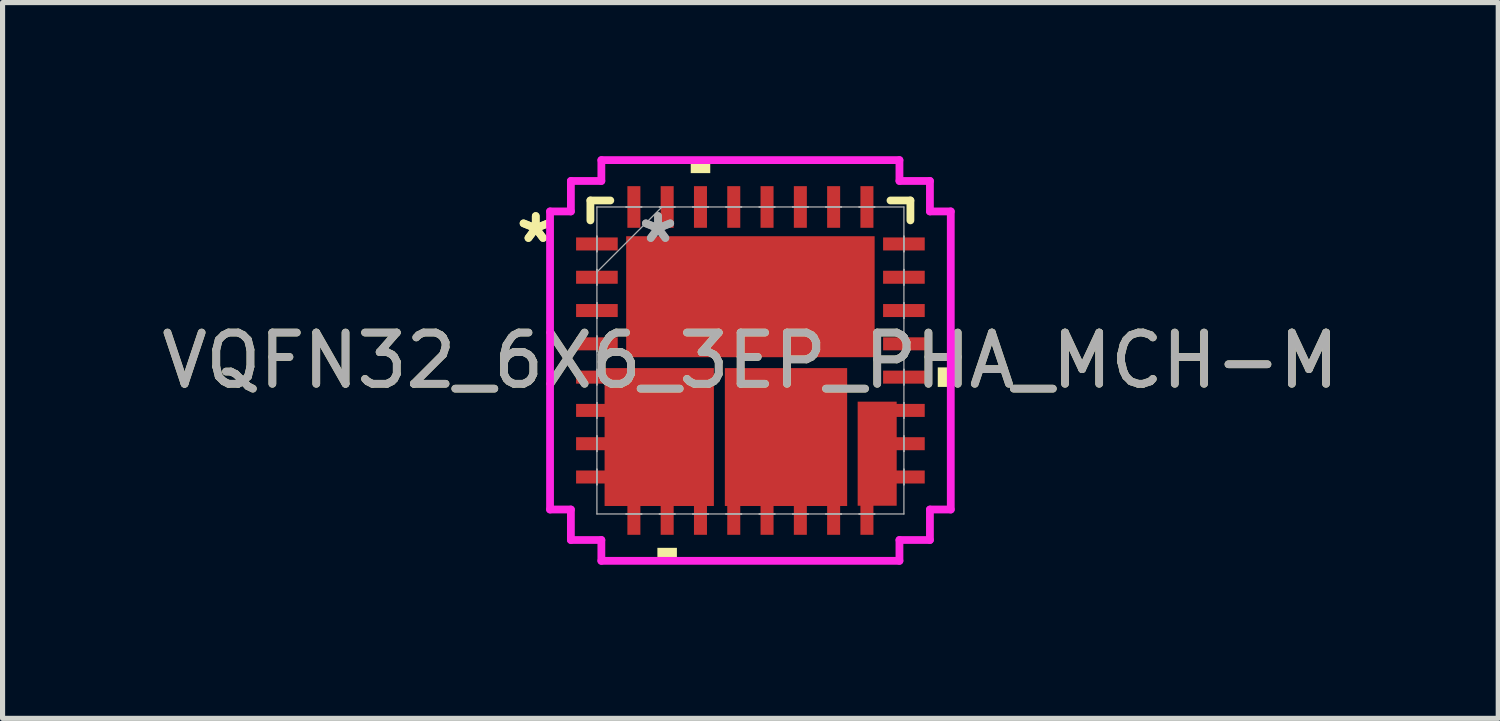
<source format=kicad_pcb>
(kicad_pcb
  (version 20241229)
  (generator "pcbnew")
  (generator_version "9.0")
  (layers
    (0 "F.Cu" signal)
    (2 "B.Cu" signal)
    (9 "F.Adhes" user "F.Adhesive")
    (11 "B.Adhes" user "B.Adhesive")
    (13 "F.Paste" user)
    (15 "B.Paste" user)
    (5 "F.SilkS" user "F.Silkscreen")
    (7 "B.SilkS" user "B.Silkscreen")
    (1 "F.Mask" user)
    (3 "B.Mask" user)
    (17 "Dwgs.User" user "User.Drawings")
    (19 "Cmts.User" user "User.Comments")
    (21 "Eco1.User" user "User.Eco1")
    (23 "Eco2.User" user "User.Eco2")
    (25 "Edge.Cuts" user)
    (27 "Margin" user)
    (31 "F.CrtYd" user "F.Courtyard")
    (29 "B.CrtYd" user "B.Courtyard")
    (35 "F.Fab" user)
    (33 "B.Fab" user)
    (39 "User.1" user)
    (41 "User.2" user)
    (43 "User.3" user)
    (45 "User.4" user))
  (footprint "VQFN32_6X6_3EP_PHA_MCH-M"
    (layer "F.Cu")
    (at 11.601 3.988)
    (property "Reference" "VQFN32_6X6_3EP_PHA_MCH-M" (at 0 0 0) (unlocked yes) (layer "F.SilkS") (effects (font (size 1 1) (thickness 0.15))))
    (attr smd)
    (fp_poly (pts (xy -2.847 0.149) (xy -0.713 0.149) (xy -0.713 2.841) (xy -2.847 2.841)) (stroke (width 0) (type solid)) (fill yes) (layer "F.Cu"))
    (fp_poly (pts (xy -0.499 0.149) (xy 1.889 0.149) (xy 1.889 2.841) (xy -0.499 2.841)) (stroke (width 0) (type solid)) (fill yes) (layer "F.Cu"))
    (fp_poly (pts (xy 2.094 0.804) (xy 2.856 0.804) (xy 2.856 2.836) (xy 2.094 2.836)) (stroke (width 0) (type solid)) (fill yes) (layer "F.Cu"))
    (fp_poly (pts (xy -2.847 0.149) (xy -0.713 0.149) (xy -0.713 2.841) (xy -2.847 2.841)) (stroke (width 0) (type solid)) (fill yes) (layer "F.Mask"))
    (fp_poly (pts (xy -0.499 0.149) (xy 1.889 0.149) (xy 1.889 2.841) (xy -0.499 2.841)) (stroke (width 0) (type solid)) (fill yes) (layer "F.Mask"))
    (fp_poly (pts (xy 2.094 0.804) (xy 2.856 0.804) (xy 2.856 2.836) (xy 2.094 2.836)) (stroke (width 0) (type solid)) (fill yes) (layer "F.Mask"))
    (fp_line (start -3.124 -3.124) (end -3.124 -2.735) (stroke (width 0.152) (type solid)) (layer "F.SilkS"))
    (fp_line (start -2.735 -3.124) (end -3.124 -3.124) (stroke (width 0.152) (type solid)) (layer "F.SilkS"))
    (fp_line (start 3.124 -3.124) (end 2.735 -3.124) (stroke (width 0.152) (type solid)) (layer "F.SilkS"))
    (fp_line (start 3.124 -2.735) (end 3.124 -3.124) (stroke (width 0.152) (type solid)) (layer "F.SilkS"))
    (fp_poly (pts (xy -1.816 3.658) (xy -1.816 3.912) (xy -1.435 3.912) (xy -1.435 3.658)) (stroke (width 0) (type solid)) (fill yes) (layer "F.SilkS"))
    (fp_poly (pts (xy -1.165 -3.658) (xy -1.165 -3.912) (xy -0.784 -3.912) (xy -0.784 -3.658)) (stroke (width 0) (type solid)) (fill yes) (layer "F.SilkS"))
    (fp_poly (pts (xy 3.912 0.135) (xy 3.912 0.516) (xy 3.658 0.516) (xy 3.658 0.135)) (stroke (width 0) (type solid)) (fill yes) (layer "F.SilkS"))
    (fp_poly (pts (xy -2.847 0.149) (xy -0.713 0.149) (xy -0.713 2.841) (xy -2.847 2.841)) (stroke (width 0) (type solid)) (fill yes) (layer "F.Paste"))
    (fp_poly (pts (xy -0.499 0.149) (xy 1.889 0.149) (xy 1.889 2.841) (xy -0.499 2.841)) (stroke (width 0) (type solid)) (fill yes) (layer "F.Paste"))
    (fp_poly (pts (xy 2.094 0.804) (xy 2.856 0.804) (xy 2.856 2.836) (xy 2.094 2.836)) (stroke (width 0) (type solid)) (fill yes) (layer "F.Paste"))
    (fp_line (start -3.912 -2.91) (end -3.505 -2.91) (stroke (width 0.152) (type solid)) (layer "F.CrtYd"))
    (fp_line (start -3.912 2.91) (end -3.912 -2.91) (stroke (width 0.152) (type solid)) (layer "F.CrtYd"))
    (fp_line (start -3.505 -3.505) (end -2.91 -3.505) (stroke (width 0.152) (type solid)) (layer "F.CrtYd"))
    (fp_line (start -3.505 -2.91) (end -3.505 -3.505) (stroke (width 0.152) (type solid)) (layer "F.CrtYd"))
    (fp_line (start -3.505 2.91) (end -3.912 2.91) (stroke (width 0.152) (type solid)) (layer "F.CrtYd"))
    (fp_line (start -3.505 3.505) (end -3.505 2.91) (stroke (width 0.152) (type solid)) (layer "F.CrtYd"))
    (fp_line (start -2.91 -3.912) (end 2.91 -3.912) (stroke (width 0.152) (type solid)) (layer "F.CrtYd"))
    (fp_line (start -2.91 -3.505) (end -2.91 -3.912) (stroke (width 0.152) (type solid)) (layer "F.CrtYd"))
    (fp_line (start -2.91 3.505) (end -3.505 3.505) (stroke (width 0.152) (type solid)) (layer "F.CrtYd"))
    (fp_line (start -2.91 3.912) (end -2.91 3.505) (stroke (width 0.152) (type solid)) (layer "F.CrtYd"))
    (fp_line (start 2.91 -3.912) (end 2.91 -3.505) (stroke (width 0.152) (type solid)) (layer "F.CrtYd"))
    (fp_line (start 2.91 -3.505) (end 3.505 -3.505) (stroke (width 0.152) (type solid)) (layer "F.CrtYd"))
    (fp_line (start 2.91 3.505) (end 2.91 3.912) (stroke (width 0.152) (type solid)) (layer "F.CrtYd"))
    (fp_line (start 2.91 3.912) (end -2.91 3.912) (stroke (width 0.152) (type solid)) (layer "F.CrtYd"))
    (fp_line (start 3.505 -3.505) (end 3.505 -2.91) (stroke (width 0.152) (type solid)) (layer "F.CrtYd"))
    (fp_line (start 3.505 -2.91) (end 3.912 -2.91) (stroke (width 0.152) (type solid)) (layer "F.CrtYd"))
    (fp_line (start 3.505 2.91) (end 3.505 3.505) (stroke (width 0.152) (type solid)) (layer "F.CrtYd"))
    (fp_line (start 3.505 3.505) (end 2.91 3.505) (stroke (width 0.152) (type solid)) (layer "F.CrtYd"))
    (fp_line (start 3.912 -2.91) (end 3.912 2.91) (stroke (width 0.152) (type solid)) (layer "F.CrtYd"))
    (fp_line (start 3.912 2.91) (end 3.505 2.91) (stroke (width 0.152) (type solid)) (layer "F.CrtYd"))
    (fp_line (start -2.997 -2.997) (end -2.997 2.997) (stroke (width 0.025) (type solid)) (layer "F.Fab"))
    (fp_line (start -2.997 -2.427) (end -2.997 -2.427) (stroke (width 0.025) (type solid)) (layer "F.Fab"))
    (fp_line (start -2.997 -2.427) (end -2.997 -2.123) (stroke (width 0.025) (type solid)) (layer "F.Fab"))
    (fp_line (start -2.997 -2.123) (end -2.997 -2.427) (stroke (width 0.025) (type solid)) (layer "F.Fab"))
    (fp_line (start -2.997 -2.123) (end -2.997 -2.123) (stroke (width 0.025) (type solid)) (layer "F.Fab"))
    (fp_line (start -2.997 -1.777) (end -2.997 -1.777) (stroke (width 0.025) (type solid)) (layer "F.Fab"))
    (fp_line (start -2.997 -1.777) (end -2.997 -1.473) (stroke (width 0.025) (type solid)) (layer "F.Fab"))
    (fp_line (start -2.997 -1.727) (end -1.727 -2.997) (stroke (width 0.025) (type solid)) (layer "F.Fab"))
    (fp_line (start -2.997 -1.473) (end -2.997 -1.777) (stroke (width 0.025) (type solid)) (layer "F.Fab"))
    (fp_line (start -2.997 -1.473) (end -2.997 -1.473) (stroke (width 0.025) (type solid)) (layer "F.Fab"))
    (fp_line (start -2.997 -1.127) (end -2.997 -1.127) (stroke (width 0.025) (type solid)) (layer "F.Fab"))
    (fp_line (start -2.997 -1.127) (end -2.997 -0.823) (stroke (width 0.025) (type solid)) (layer "F.Fab"))
    (fp_line (start -2.997 -0.823) (end -2.997 -1.127) (stroke (width 0.025) (type solid)) (layer "F.Fab"))
    (fp_line (start -2.997 -0.823) (end -2.997 -0.823) (stroke (width 0.025) (type solid)) (layer "F.Fab"))
    (fp_line (start -2.997 -0.477) (end -2.997 -0.477) (stroke (width 0.025) (type solid)) (layer "F.Fab"))
    (fp_line (start -2.997 -0.477) (end -2.997 -0.173) (stroke (width 0.025) (type solid)) (layer "F.Fab"))
    (fp_line (start -2.997 -0.173) (end -2.997 -0.477) (stroke (width 0.025) (type solid)) (layer "F.Fab"))
    (fp_line (start -2.997 -0.173) (end -2.997 -0.173) (stroke (width 0.025) (type solid)) (layer "F.Fab"))
    (fp_line (start -2.997 0.173) (end -2.997 0.173) (stroke (width 0.025) (type solid)) (layer "F.Fab"))
    (fp_line (start -2.997 0.173) (end -2.997 0.477) (stroke (width 0.025) (type solid)) (layer "F.Fab"))
    (fp_line (start -2.997 0.477) (end -2.997 0.173) (stroke (width 0.025) (type solid)) (layer "F.Fab"))
    (fp_line (start -2.997 0.477) (end -2.997 0.477) (stroke (width 0.025) (type solid)) (layer "F.Fab"))
    (fp_line (start -2.997 0.823) (end -2.997 0.823) (stroke (width 0.025) (type solid)) (layer "F.Fab"))
    (fp_line (start -2.997 0.823) (end -2.997 1.127) (stroke (width 0.025) (type solid)) (layer "F.Fab"))
    (fp_line (start -2.997 1.127) (end -2.997 0.823) (stroke (width 0.025) (type solid)) (layer "F.Fab"))
    (fp_line (start -2.997 1.127) (end -2.997 1.127) (stroke (width 0.025) (type solid)) (layer "F.Fab"))
    (fp_line (start -2.997 1.473) (end -2.997 1.473) (stroke (width 0.025) (type solid)) (layer "F.Fab"))
    (fp_line (start -2.997 1.473) (end -2.997 1.777) (stroke (width 0.025) (type solid)) (layer "F.Fab"))
    (fp_line (start -2.997 1.777) (end -2.997 1.473) (stroke (width 0.025) (type solid)) (layer "F.Fab"))
    (fp_line (start -2.997 1.777) (end -2.997 1.777) (stroke (width 0.025) (type solid)) (layer "F.Fab"))
    (fp_line (start -2.997 2.123) (end -2.997 2.123) (stroke (width 0.025) (type solid)) (layer "F.Fab"))
    (fp_line (start -2.997 2.123) (end -2.997 2.427) (stroke (width 0.025) (type solid)) (layer "F.Fab"))
    (fp_line (start -2.997 2.427) (end -2.997 2.123) (stroke (width 0.025) (type solid)) (layer "F.Fab"))
    (fp_line (start -2.997 2.427) (end -2.997 2.427) (stroke (width 0.025) (type solid)) (layer "F.Fab"))
    (fp_line (start -2.997 2.997) (end 2.997 2.997) (stroke (width 0.025) (type solid)) (layer "F.Fab"))
    (fp_line (start -2.427 -2.997) (end -2.427 -2.997) (stroke (width 0.025) (type solid)) (layer "F.Fab"))
    (fp_line (start -2.427 -2.997) (end -2.123 -2.997) (stroke (width 0.025) (type solid)) (layer "F.Fab"))
    (fp_line (start -2.427 2.997) (end -2.427 2.997) (stroke (width 0.025) (type solid)) (layer "F.Fab"))
    (fp_line (start -2.427 2.997) (end -2.123 2.997) (stroke (width 0.025) (type solid)) (layer "F.Fab"))
    (fp_line (start -2.123 -2.997) (end -2.427 -2.997) (stroke (width 0.025) (type solid)) (layer "F.Fab"))
    (fp_line (start -2.123 -2.997) (end -2.123 -2.997) (stroke (width 0.025) (type solid)) (layer "F.Fab"))
    (fp_line (start -2.123 2.997) (end -2.427 2.997) (stroke (width 0.025) (type solid)) (layer "F.Fab"))
    (fp_line (start -2.123 2.997) (end -2.123 2.997) (stroke (width 0.025) (type solid)) (layer "F.Fab"))
    (fp_line (start -1.777 -2.997) (end -1.777 -2.997) (stroke (width 0.025) (type solid)) (layer "F.Fab"))
    (fp_line (start -1.777 -2.997) (end -1.473 -2.997) (stroke (width 0.025) (type solid)) (layer "F.Fab"))
    (fp_line (start -1.777 2.997) (end -1.777 2.997) (stroke (width 0.025) (type solid)) (layer "F.Fab"))
    (fp_line (start -1.777 2.997) (end -1.473 2.997) (stroke (width 0.025) (type solid)) (layer "F.Fab"))
    (fp_line (start -1.473 -2.997) (end -1.777 -2.997) (stroke (width 0.025) (type solid)) (layer "F.Fab"))
    (fp_line (start -1.473 -2.997) (end -1.473 -2.997) (stroke (width 0.025) (type solid)) (layer "F.Fab"))
    (fp_line (start -1.473 2.997) (end -1.777 2.997) (stroke (width 0.025) (type solid)) (layer "F.Fab"))
    (fp_line (start -1.473 2.997) (end -1.473 2.997) (stroke (width 0.025) (type solid)) (layer "F.Fab"))
    (fp_line (start -1.127 -2.997) (end -1.127 -2.997) (stroke (width 0.025) (type solid)) (layer "F.Fab"))
    (fp_line (start -1.127 -2.997) (end -0.823 -2.997) (stroke (width 0.025) (type solid)) (layer "F.Fab"))
    (fp_line (start -1.127 2.997) (end -1.127 2.997) (stroke (width 0.025) (type solid)) (layer "F.Fab"))
    (fp_line (start -1.127 2.997) (end -0.823 2.997) (stroke (width 0.025) (type solid)) (layer "F.Fab"))
    (fp_line (start -0.823 -2.997) (end -1.127 -2.997) (stroke (width 0.025) (type solid)) (layer "F.Fab"))
    (fp_line (start -0.823 -2.997) (end -0.823 -2.997) (stroke (width 0.025) (type solid)) (layer "F.Fab"))
    (fp_line (start -0.823 2.997) (end -1.127 2.997) (stroke (width 0.025) (type solid)) (layer "F.Fab"))
    (fp_line (start -0.823 2.997) (end -0.823 2.997) (stroke (width 0.025) (type solid)) (layer "F.Fab"))
    (fp_line (start -0.477 -2.997) (end -0.477 -2.997) (stroke (width 0.025) (type solid)) (layer "F.Fab"))
    (fp_line (start -0.477 -2.997) (end -0.173 -2.997) (stroke (width 0.025) (type solid)) (layer "F.Fab"))
    (fp_line (start -0.477 2.997) (end -0.477 2.997) (stroke (width 0.025) (type solid)) (layer "F.Fab"))
    (fp_line (start -0.477 2.997) (end -0.173 2.997) (stroke (width 0.025) (type solid)) (layer "F.Fab"))
    (fp_line (start -0.173 -2.997) (end -0.477 -2.997) (stroke (width 0.025) (type solid)) (layer "F.Fab"))
    (fp_line (start -0.173 -2.997) (end -0.173 -2.997) (stroke (width 0.025) (type solid)) (layer "F.Fab"))
    (fp_line (start -0.173 2.997) (end -0.477 2.997) (stroke (width 0.025) (type solid)) (layer "F.Fab"))
    (fp_line (start -0.173 2.997) (end -0.173 2.997) (stroke (width 0.025) (type solid)) (layer "F.Fab"))
    (fp_line (start 0.173 -2.997) (end 0.173 -2.997) (stroke (width 0.025) (type solid)) (layer "F.Fab"))
    (fp_line (start 0.173 -2.997) (end 0.477 -2.997) (stroke (width 0.025) (type solid)) (layer "F.Fab"))
    (fp_line (start 0.173 2.997) (end 0.173 2.997) (stroke (width 0.025) (type solid)) (layer "F.Fab"))
    (fp_line (start 0.173 2.997) (end 0.477 2.997) (stroke (width 0.025) (type solid)) (layer "F.Fab"))
    (fp_line (start 0.477 -2.997) (end 0.173 -2.997) (stroke (width 0.025) (type solid)) (layer "F.Fab"))
    (fp_line (start 0.477 -2.997) (end 0.477 -2.997) (stroke (width 0.025) (type solid)) (layer "F.Fab"))
    (fp_line (start 0.477 2.997) (end 0.173 2.997) (stroke (width 0.025) (type solid)) (layer "F.Fab"))
    (fp_line (start 0.477 2.997) (end 0.477 2.997) (stroke (width 0.025) (type solid)) (layer "F.Fab"))
    (fp_line (start 0.823 -2.997) (end 0.823 -2.997) (stroke (width 0.025) (type solid)) (layer "F.Fab"))
    (fp_line (start 0.823 -2.997) (end 1.127 -2.997) (stroke (width 0.025) (type solid)) (layer "F.Fab"))
    (fp_line (start 0.823 2.997) (end 0.823 2.997) (stroke (width 0.025) (type solid)) (layer "F.Fab"))
    (fp_line (start 0.823 2.997) (end 1.127 2.997) (stroke (width 0.025) (type solid)) (layer "F.Fab"))
    (fp_line (start 1.127 -2.997) (end 0.823 -2.997) (stroke (width 0.025) (type solid)) (layer "F.Fab"))
    (fp_line (start 1.127 -2.997) (end 1.127 -2.997) (stroke (width 0.025) (type solid)) (layer "F.Fab"))
    (fp_line (start 1.127 2.997) (end 0.823 2.997) (stroke (width 0.025) (type solid)) (layer "F.Fab"))
    (fp_line (start 1.127 2.997) (end 1.127 2.997) (stroke (width 0.025) (type solid)) (layer "F.Fab"))
    (fp_line (start 1.473 -2.997) (end 1.473 -2.997) (stroke (width 0.025) (type solid)) (layer "F.Fab"))
    (fp_line (start 1.473 -2.997) (end 1.777 -2.997) (stroke (width 0.025) (type solid)) (layer "F.Fab"))
    (fp_line (start 1.473 2.997) (end 1.473 2.997) (stroke (width 0.025) (type solid)) (layer "F.Fab"))
    (fp_line (start 1.473 2.997) (end 1.777 2.997) (stroke (width 0.025) (type solid)) (layer "F.Fab"))
    (fp_line (start 1.777 -2.997) (end 1.473 -2.997) (stroke (width 0.025) (type solid)) (layer "F.Fab"))
    (fp_line (start 1.777 -2.997) (end 1.777 -2.997) (stroke (width 0.025) (type solid)) (layer "F.Fab"))
    (fp_line (start 1.777 2.997) (end 1.473 2.997) (stroke (width 0.025) (type solid)) (layer "F.Fab"))
    (fp_line (start 1.777 2.997) (end 1.777 2.997) (stroke (width 0.025) (type solid)) (layer "F.Fab"))
    (fp_line (start 2.123 -2.997) (end 2.123 -2.997) (stroke (width 0.025) (type solid)) (layer "F.Fab"))
    (fp_line (start 2.123 -2.997) (end 2.427 -2.997) (stroke (width 0.025) (type solid)) (layer "F.Fab"))
    (fp_line (start 2.123 2.997) (end 2.123 2.997) (stroke (width 0.025) (type solid)) (layer "F.Fab"))
    (fp_line (start 2.123 2.997) (end 2.427 2.997) (stroke (width 0.025) (type solid)) (layer "F.Fab"))
    (fp_line (start 2.427 -2.997) (end 2.123 -2.997) (stroke (width 0.025) (type solid)) (layer "F.Fab"))
    (fp_line (start 2.427 -2.997) (end 2.427 -2.997) (stroke (width 0.025) (type solid)) (layer "F.Fab"))
    (fp_line (start 2.427 2.997) (end 2.123 2.997) (stroke (width 0.025) (type solid)) (layer "F.Fab"))
    (fp_line (start 2.427 2.997) (end 2.427 2.997) (stroke (width 0.025) (type solid)) (layer "F.Fab"))
    (fp_line (start 2.997 -2.997) (end -2.997 -2.997) (stroke (width 0.025) (type solid)) (layer "F.Fab"))
    (fp_line (start 2.997 -2.427) (end 2.997 -2.427) (stroke (width 0.025) (type solid)) (layer "F.Fab"))
    (fp_line (start 2.997 -2.427) (end 2.997 -2.123) (stroke (width 0.025) (type solid)) (layer "F.Fab"))
    (fp_line (start 2.997 -2.123) (end 2.997 -2.427) (stroke (width 0.025) (type solid)) (layer "F.Fab"))
    (fp_line (start 2.997 -2.123) (end 2.997 -2.123) (stroke (width 0.025) (type solid)) (layer "F.Fab"))
    (fp_line (start 2.997 -1.777) (end 2.997 -1.777) (stroke (width 0.025) (type solid)) (layer "F.Fab"))
    (fp_line (start 2.997 -1.777) (end 2.997 -1.473) (stroke (width 0.025) (type solid)) (layer "F.Fab"))
    (fp_line (start 2.997 -1.473) (end 2.997 -1.777) (stroke (width 0.025) (type solid)) (layer "F.Fab"))
    (fp_line (start 2.997 -1.473) (end 2.997 -1.473) (stroke (width 0.025) (type solid)) (layer "F.Fab"))
    (fp_line (start 2.997 -1.127) (end 2.997 -1.127) (stroke (width 0.025) (type solid)) (layer "F.Fab"))
    (fp_line (start 2.997 -1.127) (end 2.997 -0.823) (stroke (width 0.025) (type solid)) (layer "F.Fab"))
    (fp_line (start 2.997 -0.823) (end 2.997 -1.127) (stroke (width 0.025) (type solid)) (layer "F.Fab"))
    (fp_line (start 2.997 -0.823) (end 2.997 -0.823) (stroke (width 0.025) (type solid)) (layer "F.Fab"))
    (fp_line (start 2.997 -0.477) (end 2.997 -0.477) (stroke (width 0.025) (type solid)) (layer "F.Fab"))
    (fp_line (start 2.997 -0.477) (end 2.997 -0.173) (stroke (width 0.025) (type solid)) (layer "F.Fab"))
    (fp_line (start 2.997 -0.173) (end 2.997 -0.477) (stroke (width 0.025) (type solid)) (layer "F.Fab"))
    (fp_line (start 2.997 -0.173) (end 2.997 -0.173) (stroke (width 0.025) (type solid)) (layer "F.Fab"))
    (fp_line (start 2.997 0.173) (end 2.997 0.173) (stroke (width 0.025) (type solid)) (layer "F.Fab"))
    (fp_line (start 2.997 0.173) (end 2.997 0.477) (stroke (width 0.025) (type solid)) (layer "F.Fab"))
    (fp_line (start 2.997 0.477) (end 2.997 0.173) (stroke (width 0.025) (type solid)) (layer "F.Fab"))
    (fp_line (start 2.997 0.477) (end 2.997 0.477) (stroke (width 0.025) (type solid)) (layer "F.Fab"))
    (fp_line (start 2.997 0.823) (end 2.997 0.823) (stroke (width 0.025) (type solid)) (layer "F.Fab"))
    (fp_line (start 2.997 0.823) (end 2.997 1.127) (stroke (width 0.025) (type solid)) (layer "F.Fab"))
    (fp_line (start 2.997 1.127) (end 2.997 0.823) (stroke (width 0.025) (type solid)) (layer "F.Fab"))
    (fp_line (start 2.997 1.127) (end 2.997 1.127) (stroke (width 0.025) (type solid)) (layer "F.Fab"))
    (fp_line (start 2.997 1.473) (end 2.997 1.473) (stroke (width 0.025) (type solid)) (layer "F.Fab"))
    (fp_line (start 2.997 1.473) (end 2.997 1.777) (stroke (width 0.025) (type solid)) (layer "F.Fab"))
    (fp_line (start 2.997 1.777) (end 2.997 1.473) (stroke (width 0.025) (type solid)) (layer "F.Fab"))
    (fp_line (start 2.997 1.777) (end 2.997 1.777) (stroke (width 0.025) (type solid)) (layer "F.Fab"))
    (fp_line (start 2.997 2.123) (end 2.997 2.123) (stroke (width 0.025) (type solid)) (layer "F.Fab"))
    (fp_line (start 2.997 2.123) (end 2.997 2.427) (stroke (width 0.025) (type solid)) (layer "F.Fab"))
    (fp_line (start 2.997 2.427) (end 2.997 2.123) (stroke (width 0.025) (type solid)) (layer "F.Fab"))
    (fp_line (start 2.997 2.427) (end 2.997 2.427) (stroke (width 0.025) (type solid)) (layer "F.Fab"))
    (fp_line (start 2.997 2.997) (end 2.997 -2.997) (stroke (width 0.025) (type solid)) (layer "F.Fab"))
    (fp_text user "*" (at -4.191 -2.275 0) (layer "F.SilkS") (effects (font (size 1 1) (thickness 0.15))))
    (fp_text user "*" (at -4.191 -2.275 0) (unlocked yes) (layer "F.SilkS") (effects (font (size 1 1) (thickness 0.15))))
    (fp_text user "*" (at -1.803 -2.275 0) (layer "F.Fab") (effects (font (size 1 1) (thickness 0.15))))
    (fp_text user "*" (at -1.803 -2.275 0) (unlocked yes) (layer "F.Fab") (effects (font (size 1 1) (thickness 0.15))))
    (fp_text user "${REFERENCE}" (at 0 0 0) (unlocked yes) (layer "F.Fab") (effects (font (size 1 1) (thickness 0.15))))
    (pad "1" smd rect (at -2.997 -2.275 90) (size 0.254 0.813) (layers "F.Cu" "F.Mask" "F.Paste"))
    (pad "2" smd rect (at -2.997 -1.625 90) (size 0.254 0.813) (layers "F.Cu" "F.Mask" "F.Paste"))
    (pad "3" smd rect (at -2.997 -0.975 90) (size 0.254 0.813) (layers "F.Cu" "F.Mask" "F.Paste"))
    (pad "4" smd rect (at -2.997 -0.325 90) (size 0.254 0.813) (layers "F.Cu" "F.Mask" "F.Paste"))
    (pad "5" smd rect (at -2.997 0.325 90) (size 0.254 0.813) (layers "F.Cu" "F.Mask" "F.Paste"))
    (pad "6" smd rect (at -2.997 0.975 90) (size 0.254 0.813) (layers "F.Cu" "F.Mask" "F.Paste"))
    (pad "7" smd rect (at -2.997 1.625 90) (size 0.254 0.813) (layers "F.Cu" "F.Mask" "F.Paste"))
    (pad "8" smd rect (at -2.997 2.275 90) (size 0.254 0.813) (layers "F.Cu" "F.Mask" "F.Paste"))
    (pad "9" smd rect (at -2.275 2.997) (size 0.254 0.813) (layers "F.Cu" "F.Mask" "F.Paste"))
    (pad "10" smd rect (at -1.625 2.997) (size 0.254 0.813) (layers "F.Cu" "F.Mask" "F.Paste"))
    (pad "11" smd rect (at -0.975 2.997) (size 0.254 0.813) (layers "F.Cu" "F.Mask" "F.Paste"))
    (pad "12" smd rect (at -0.325 2.997) (size 0.254 0.813) (layers "F.Cu" "F.Mask" "F.Paste"))
    (pad "13" smd rect (at 0.325 2.997) (size 0.254 0.813) (layers "F.Cu" "F.Mask" "F.Paste"))
    (pad "14" smd rect (at 0.975 2.997) (size 0.254 0.813) (layers "F.Cu" "F.Mask" "F.Paste"))
    (pad "15" smd rect (at 1.625 2.997) (size 0.254 0.813) (layers "F.Cu" "F.Mask" "F.Paste"))
    (pad "16" smd rect (at 2.275 2.997) (size 0.254 0.813) (layers "F.Cu" "F.Mask" "F.Paste"))
    (pad "17" smd rect (at 2.997 2.275 90) (size 0.254 0.813) (layers "F.Cu" "F.Mask" "F.Paste"))
    (pad "18" smd rect (at 2.997 1.625 90) (size 0.254 0.813) (layers "F.Cu" "F.Mask" "F.Paste"))
    (pad "19" smd rect (at 2.997 0.975 90) (size 0.254 0.813) (layers "F.Cu" "F.Mask" "F.Paste"))
    (pad "20" smd rect (at 2.997 0.325 90) (size 0.254 0.813) (layers "F.Cu" "F.Mask" "F.Paste"))
    (pad "21" smd rect (at 2.997 -0.325 90) (size 0.254 0.813) (layers "F.Cu" "F.Mask" "F.Paste"))
    (pad "22" smd rect (at 2.997 -0.975 90) (size 0.254 0.813) (layers "F.Cu" "F.Mask" "F.Paste"))
    (pad "23" smd rect (at 2.997 -1.625 90) (size 0.254 0.813) (layers "F.Cu" "F.Mask" "F.Paste"))
    (pad "24" smd rect (at 2.997 -2.275 90) (size 0.254 0.813) (layers "F.Cu" "F.Mask" "F.Paste"))
    (pad "25" smd rect (at 2.275 -2.997) (size 0.254 0.813) (layers "F.Cu" "F.Mask" "F.Paste"))
    (pad "26" smd rect (at 1.625 -2.997) (size 0.254 0.813) (layers "F.Cu" "F.Mask" "F.Paste"))
    (pad "27" smd rect (at 0.975 -2.997) (size 0.254 0.813) (layers "F.Cu" "F.Mask" "F.Paste"))
    (pad "28" smd rect (at 0.325 -2.997) (size 0.254 0.813) (layers "F.Cu" "F.Mask" "F.Paste"))
    (pad "29" smd rect (at -0.325 -2.997) (size 0.254 0.813) (layers "F.Cu" "F.Mask" "F.Paste"))
    (pad "30" smd rect (at -0.975 -2.997) (size 0.254 0.813) (layers "F.Cu" "F.Mask" "F.Paste"))
    (pad "31" smd rect (at -1.625 -2.997) (size 0.254 0.813) (layers "F.Cu" "F.Mask" "F.Paste"))
    (pad "32" smd rect (at -2.275 -2.997) (size 0.254 0.813) (layers "F.Cu" "F.Mask" "F.Paste"))
    (pad "33" smd rect (at 0 -1.245) (size 4.851 2.362) (layers "F.Cu" "F.Mask" "F.Paste")))
  (gr_rect
    (start -3 -3)
    (end 26.202 10.976)
    (stroke (width 0.1) (type default))
    (fill no)
    (layer "Edge.Cuts")))
</source>
